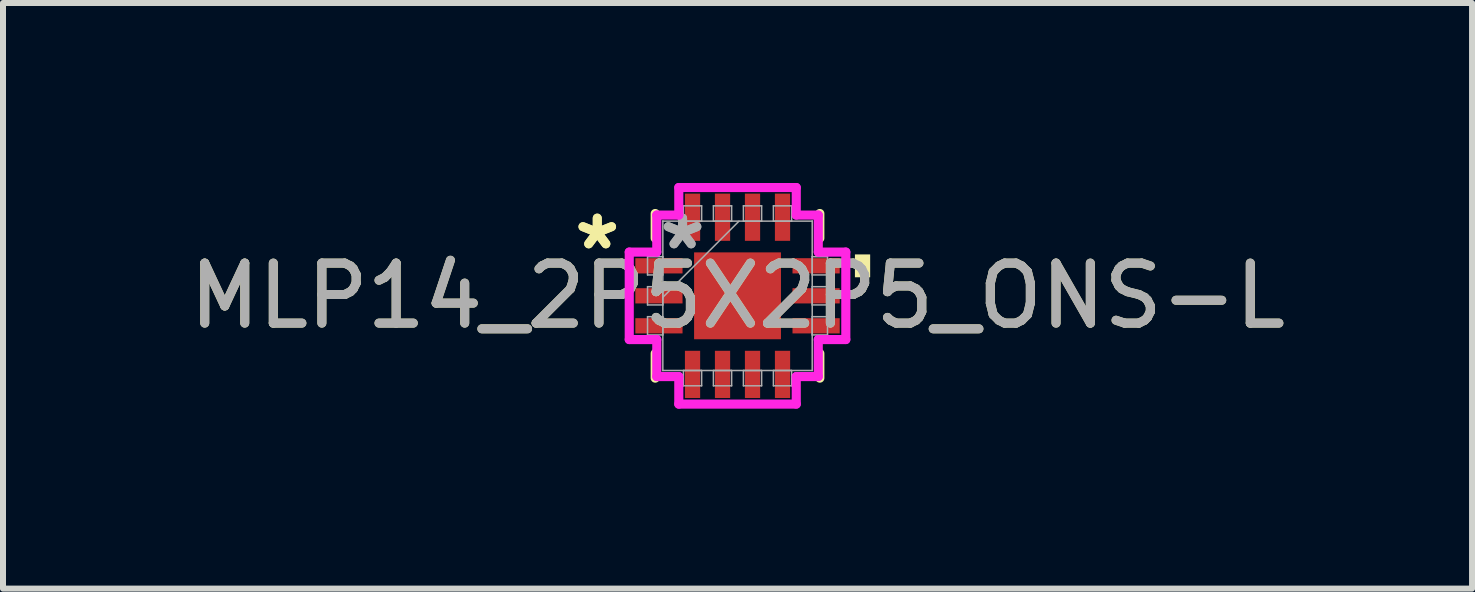
<source format=kicad_pcb>
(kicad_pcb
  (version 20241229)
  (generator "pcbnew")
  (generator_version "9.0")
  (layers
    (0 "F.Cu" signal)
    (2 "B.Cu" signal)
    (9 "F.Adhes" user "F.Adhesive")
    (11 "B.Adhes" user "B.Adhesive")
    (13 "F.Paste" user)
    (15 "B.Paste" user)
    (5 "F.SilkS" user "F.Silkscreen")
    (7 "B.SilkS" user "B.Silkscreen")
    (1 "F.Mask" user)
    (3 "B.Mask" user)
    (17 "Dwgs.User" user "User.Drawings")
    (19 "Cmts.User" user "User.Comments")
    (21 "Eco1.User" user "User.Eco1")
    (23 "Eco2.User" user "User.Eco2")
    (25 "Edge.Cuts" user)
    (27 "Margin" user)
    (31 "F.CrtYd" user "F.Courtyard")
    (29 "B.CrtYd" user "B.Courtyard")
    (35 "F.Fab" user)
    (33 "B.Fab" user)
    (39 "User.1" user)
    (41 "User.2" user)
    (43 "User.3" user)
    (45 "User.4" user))
  (footprint "MLP14_2P5X2P5_ONS-L"
    (layer "F.Cu")
    (at 9.244 1.881)
    (property "Reference" "MLP14_2P5X2P5_ONS-L" (at 0 0 0) (unlocked yes) (layer "F.SilkS") (effects (font (size 1 1) (thickness 0.15))))
    (attr smd)
    (fp_line (start -1.372 -1.372) (end -1.372 -0.96) (stroke (width 0.152) (type solid)) (layer "F.SilkS"))
    (fp_line (start -1.372 0.96) (end -1.372 1.372) (stroke (width 0.152) (type solid)) (layer "F.SilkS"))
    (fp_line (start 1.372 -0.96) (end 1.372 -1.372) (stroke (width 0.152) (type solid)) (layer "F.SilkS"))
    (fp_line (start 1.372 1.372) (end 1.372 0.96) (stroke (width 0.152) (type solid)) (layer "F.SilkS"))
    (fp_poly (pts (xy 2.211 -0.69) (xy 2.211 -0.309) (xy 1.957 -0.309) (xy 1.957 -0.69)) (stroke (width 0) (type solid)) (fill yes) (layer "F.SilkS"))
    (fp_line (start -1.805 -0.729) (end -1.346 -0.729) (stroke (width 0.152) (type solid)) (layer "F.CrtYd"))
    (fp_line (start -1.805 0.729) (end -1.805 -0.729) (stroke (width 0.152) (type solid)) (layer "F.CrtYd"))
    (fp_line (start -1.346 -1.346) (end -0.979 -1.346) (stroke (width 0.152) (type solid)) (layer "F.CrtYd"))
    (fp_line (start -1.346 -0.729) (end -1.346 -1.346) (stroke (width 0.152) (type solid)) (layer "F.CrtYd"))
    (fp_line (start -1.346 0.729) (end -1.805 0.729) (stroke (width 0.152) (type solid)) (layer "F.CrtYd"))
    (fp_line (start -1.346 1.346) (end -1.346 0.729) (stroke (width 0.152) (type solid)) (layer "F.CrtYd"))
    (fp_line (start -0.979 -1.805) (end 0.979 -1.805) (stroke (width 0.152) (type solid)) (layer "F.CrtYd"))
    (fp_line (start -0.979 -1.346) (end -0.979 -1.805) (stroke (width 0.152) (type solid)) (layer "F.CrtYd"))
    (fp_line (start -0.979 1.346) (end -1.346 1.346) (stroke (width 0.152) (type solid)) (layer "F.CrtYd"))
    (fp_line (start -0.979 1.805) (end -0.979 1.346) (stroke (width 0.152) (type solid)) (layer "F.CrtYd"))
    (fp_line (start 0.979 -1.805) (end 0.979 -1.346) (stroke (width 0.152) (type solid)) (layer "F.CrtYd"))
    (fp_line (start 0.979 -1.346) (end 1.346 -1.346) (stroke (width 0.152) (type solid)) (layer "F.CrtYd"))
    (fp_line (start 0.979 1.346) (end 0.979 1.805) (stroke (width 0.152) (type solid)) (layer "F.CrtYd"))
    (fp_line (start 0.979 1.805) (end -0.979 1.805) (stroke (width 0.152) (type solid)) (layer "F.CrtYd"))
    (fp_line (start 1.346 -1.346) (end 1.346 -0.729) (stroke (width 0.152) (type solid)) (layer "F.CrtYd"))
    (fp_line (start 1.346 -0.729) (end 1.805 -0.729) (stroke (width 0.152) (type solid)) (layer "F.CrtYd"))
    (fp_line (start 1.346 0.729) (end 1.346 1.346) (stroke (width 0.152) (type solid)) (layer "F.CrtYd"))
    (fp_line (start 1.346 1.346) (end 0.979 1.346) (stroke (width 0.152) (type solid)) (layer "F.CrtYd"))
    (fp_line (start 1.805 -0.729) (end 1.805 0.729) (stroke (width 0.152) (type solid)) (layer "F.CrtYd"))
    (fp_line (start 1.805 0.729) (end 1.346 0.729) (stroke (width 0.152) (type solid)) (layer "F.CrtYd"))
    (fp_line (start -1.5 -0.652) (end -1.5 -0.348) (stroke (width 0.025) (type solid)) (layer "F.Fab"))
    (fp_line (start -1.5 -0.348) (end -1.245 -0.348) (stroke (width 0.025) (type solid)) (layer "F.Fab"))
    (fp_line (start -1.5 -0.152) (end -1.5 0.152) (stroke (width 0.025) (type solid)) (layer "F.Fab"))
    (fp_line (start -1.5 0.152) (end -1.245 0.152) (stroke (width 0.025) (type solid)) (layer "F.Fab"))
    (fp_line (start -1.5 0.348) (end -1.5 0.652) (stroke (width 0.025) (type solid)) (layer "F.Fab"))
    (fp_line (start -1.5 0.652) (end -1.245 0.652) (stroke (width 0.025) (type solid)) (layer "F.Fab"))
    (fp_line (start -1.245 -1.245) (end -1.245 -1.245) (stroke (width 0.025) (type solid)) (layer "F.Fab"))
    (fp_line (start -1.245 -1.245) (end -1.245 1.245) (stroke (width 0.025) (type solid)) (layer "F.Fab"))
    (fp_line (start -1.245 -0.652) (end -1.5 -0.652) (stroke (width 0.025) (type solid)) (layer "F.Fab"))
    (fp_line (start -1.245 -0.348) (end -1.245 -0.652) (stroke (width 0.025) (type solid)) (layer "F.Fab"))
    (fp_line (start -1.245 -0.152) (end -1.5 -0.152) (stroke (width 0.025) (type solid)) (layer "F.Fab"))
    (fp_line (start -1.245 0.025) (end 0.025 -1.245) (stroke (width 0.025) (type solid)) (layer "F.Fab"))
    (fp_line (start -1.245 0.152) (end -1.245 -0.152) (stroke (width 0.025) (type solid)) (layer "F.Fab"))
    (fp_line (start -1.245 0.348) (end -1.5 0.348) (stroke (width 0.025) (type solid)) (layer "F.Fab"))
    (fp_line (start -1.245 0.652) (end -1.245 0.348) (stroke (width 0.025) (type solid)) (layer "F.Fab"))
    (fp_line (start -1.245 1.245) (end -1.245 1.245) (stroke (width 0.025) (type solid)) (layer "F.Fab"))
    (fp_line (start -1.245 1.245) (end 1.245 1.245) (stroke (width 0.025) (type solid)) (layer "F.Fab"))
    (fp_line (start -0.902 -1.5) (end -0.902 -1.245) (stroke (width 0.025) (type solid)) (layer "F.Fab"))
    (fp_line (start -0.902 -1.245) (end -0.598 -1.245) (stroke (width 0.025) (type solid)) (layer "F.Fab"))
    (fp_line (start -0.902 1.245) (end -0.902 1.5) (stroke (width 0.025) (type solid)) (layer "F.Fab"))
    (fp_line (start -0.902 1.5) (end -0.598 1.5) (stroke (width 0.025) (type solid)) (layer "F.Fab"))
    (fp_line (start -0.598 -1.5) (end -0.902 -1.5) (stroke (width 0.025) (type solid)) (layer "F.Fab"))
    (fp_line (start -0.598 -1.245) (end -0.598 -1.5) (stroke (width 0.025) (type solid)) (layer "F.Fab"))
    (fp_line (start -0.598 1.245) (end -0.902 1.245) (stroke (width 0.025) (type solid)) (layer "F.Fab"))
    (fp_line (start -0.598 1.5) (end -0.598 1.245) (stroke (width 0.025) (type solid)) (layer "F.Fab"))
    (fp_line (start -0.402 -1.5) (end -0.402 -1.245) (stroke (width 0.025) (type solid)) (layer "F.Fab"))
    (fp_line (start -0.402 -1.245) (end -0.098 -1.245) (stroke (width 0.025) (type solid)) (layer "F.Fab"))
    (fp_line (start -0.402 1.245) (end -0.402 1.5) (stroke (width 0.025) (type solid)) (layer "F.Fab"))
    (fp_line (start -0.402 1.5) (end -0.098 1.5) (stroke (width 0.025) (type solid)) (layer "F.Fab"))
    (fp_line (start -0.098 -1.5) (end -0.402 -1.5) (stroke (width 0.025) (type solid)) (layer "F.Fab"))
    (fp_line (start -0.098 -1.245) (end -0.098 -1.5) (stroke (width 0.025) (type solid)) (layer "F.Fab"))
    (fp_line (start -0.098 1.245) (end -0.402 1.245) (stroke (width 0.025) (type solid)) (layer "F.Fab"))
    (fp_line (start -0.098 1.5) (end -0.098 1.245) (stroke (width 0.025) (type solid)) (layer "F.Fab"))
    (fp_line (start 0.098 -1.5) (end 0.098 -1.245) (stroke (width 0.025) (type solid)) (layer "F.Fab"))
    (fp_line (start 0.098 -1.245) (end 0.402 -1.245) (stroke (width 0.025) (type solid)) (layer "F.Fab"))
    (fp_line (start 0.098 1.245) (end 0.098 1.5) (stroke (width 0.025) (type solid)) (layer "F.Fab"))
    (fp_line (start 0.098 1.5) (end 0.402 1.5) (stroke (width 0.025) (type solid)) (layer "F.Fab"))
    (fp_line (start 0.402 -1.5) (end 0.098 -1.5) (stroke (width 0.025) (type solid)) (layer "F.Fab"))
    (fp_line (start 0.402 -1.245) (end 0.402 -1.5) (stroke (width 0.025) (type solid)) (layer "F.Fab"))
    (fp_line (start 0.402 1.245) (end 0.098 1.245) (stroke (width 0.025) (type solid)) (layer "F.Fab"))
    (fp_line (start 0.402 1.5) (end 0.402 1.245) (stroke (width 0.025) (type solid)) (layer "F.Fab"))
    (fp_line (start 0.598 -1.5) (end 0.598 -1.245) (stroke (width 0.025) (type solid)) (layer "F.Fab"))
    (fp_line (start 0.598 -1.245) (end 0.902 -1.245) (stroke (width 0.025) (type solid)) (layer "F.Fab"))
    (fp_line (start 0.598 1.245) (end 0.598 1.5) (stroke (width 0.025) (type solid)) (layer "F.Fab"))
    (fp_line (start 0.598 1.5) (end 0.902 1.5) (stroke (width 0.025) (type solid)) (layer "F.Fab"))
    (fp_line (start 0.902 -1.5) (end 0.598 -1.5) (stroke (width 0.025) (type solid)) (layer "F.Fab"))
    (fp_line (start 0.902 -1.245) (end 0.902 -1.5) (stroke (width 0.025) (type solid)) (layer "F.Fab"))
    (fp_line (start 0.902 1.245) (end 0.598 1.245) (stroke (width 0.025) (type solid)) (layer "F.Fab"))
    (fp_line (start 0.902 1.5) (end 0.902 1.245) (stroke (width 0.025) (type solid)) (layer "F.Fab"))
    (fp_line (start 1.245 -1.245) (end -1.245 -1.245) (stroke (width 0.025) (type solid)) (layer "F.Fab"))
    (fp_line (start 1.245 -1.245) (end 1.245 -1.245) (stroke (width 0.025) (type solid)) (layer "F.Fab"))
    (fp_line (start 1.245 -0.652) (end 1.245 -0.348) (stroke (width 0.025) (type solid)) (layer "F.Fab"))
    (fp_line (start 1.245 -0.348) (end 1.5 -0.348) (stroke (width 0.025) (type solid)) (layer "F.Fab"))
    (fp_line (start 1.245 -0.152) (end 1.245 0.152) (stroke (width 0.025) (type solid)) (layer "F.Fab"))
    (fp_line (start 1.245 0.152) (end 1.5 0.152) (stroke (width 0.025) (type solid)) (layer "F.Fab"))
    (fp_line (start 1.245 0.348) (end 1.245 0.652) (stroke (width 0.025) (type solid)) (layer "F.Fab"))
    (fp_line (start 1.245 0.652) (end 1.5 0.652) (stroke (width 0.025) (type solid)) (layer "F.Fab"))
    (fp_line (start 1.245 1.245) (end 1.245 -1.245) (stroke (width 0.025) (type solid)) (layer "F.Fab"))
    (fp_line (start 1.245 1.245) (end 1.245 1.245) (stroke (width 0.025) (type solid)) (layer "F.Fab"))
    (fp_line (start 1.5 -0.652) (end 1.245 -0.652) (stroke (width 0.025) (type solid)) (layer "F.Fab"))
    (fp_line (start 1.5 -0.348) (end 1.5 -0.652) (stroke (width 0.025) (type solid)) (layer "F.Fab"))
    (fp_line (start 1.5 -0.152) (end 1.245 -0.152) (stroke (width 0.025) (type solid)) (layer "F.Fab"))
    (fp_line (start 1.5 0.152) (end 1.5 -0.152) (stroke (width 0.025) (type solid)) (layer "F.Fab"))
    (fp_line (start 1.5 0.348) (end 1.245 0.348) (stroke (width 0.025) (type solid)) (layer "F.Fab"))
    (fp_line (start 1.5 0.652) (end 1.5 0.348) (stroke (width 0.025) (type solid)) (layer "F.Fab"))
    (fp_text user "*" (at -2.338 -0.75 0) (unlocked yes) (layer "F.SilkS") (effects (font (size 1 1) (thickness 0.15))))
    (fp_text user "*" (at -2.338 -0.75 0) (layer "F.SilkS") (effects (font (size 1 1) (thickness 0.15))))
    (fp_text user "*" (at -0.916 -0.75 0) (layer "F.Fab") (effects (font (size 1 1) (thickness 0.15))))
    (fp_text user "${REFERENCE}" (at 0 0 0) (unlocked yes) (layer "F.Fab") (effects (font (size 1 1) (thickness 0.15))))
    (fp_text user "*" (at -0.916 -0.75 0) (unlocked yes) (layer "F.Fab") (effects (font (size 1 1) (thickness 0.15))))
    (pad "1" smd rect (at -1.31 -0.5 90) (size 0.254 0.787) (layers "F.Cu" "F.Mask" "F.Paste"))
    (pad "2" smd rect (at -1.31 0 90) (size 0.254 0.787) (layers "F.Cu" "F.Mask" "F.Paste"))
    (pad "3" smd rect (at -1.31 0.5 90) (size 0.254 0.787) (layers "F.Cu" "F.Mask" "F.Paste"))
    (pad "4" smd rect (at -0.75 1.31) (size 0.254 0.787) (layers "F.Cu" "F.Mask" "F.Paste"))
    (pad "5" smd rect (at -0.25 1.31) (size 0.254 0.787) (layers "F.Cu" "F.Mask" "F.Paste"))
    (pad "6" smd rect (at 0.25 1.31) (size 0.254 0.787) (layers "F.Cu" "F.Mask" "F.Paste"))
    (pad "7" smd rect (at 0.75 1.31) (size 0.254 0.787) (layers "F.Cu" "F.Mask" "F.Paste"))
    (pad "8" smd rect (at 1.31 0.5 90) (size 0.254 0.787) (layers "F.Cu" "F.Mask" "F.Paste"))
    (pad "9" smd rect (at 1.31 0 90) (size 0.254 0.787) (layers "F.Cu" "F.Mask" "F.Paste"))
    (pad "10" smd rect (at 1.31 -0.5 90) (size 0.254 0.787) (layers "F.Cu" "F.Mask" "F.Paste"))
    (pad "11" smd rect (at 0.75 -1.31) (size 0.254 0.787) (layers "F.Cu" "F.Mask" "F.Paste"))
    (pad "12" smd rect (at 0.25 -1.31) (size 0.254 0.787) (layers "F.Cu" "F.Mask" "F.Paste"))
    (pad "13" smd rect (at -0.25 -1.31) (size 0.254 0.787) (layers "F.Cu" "F.Mask" "F.Paste"))
    (pad "14" smd rect (at -0.75 -1.31) (size 0.254 0.787) (layers "F.Cu" "F.Mask" "F.Paste"))
    (pad "15" smd rect (at 0 0) (size 1.448 1.448) (layers "F.Cu" "F.Mask" "F.Paste")))
  (gr_rect
    (start -3 -3)
    (end 21.488 6.762)
    (stroke (width 0.1) (type default))
    (fill no)
    (layer "Edge.Cuts")))
</source>
